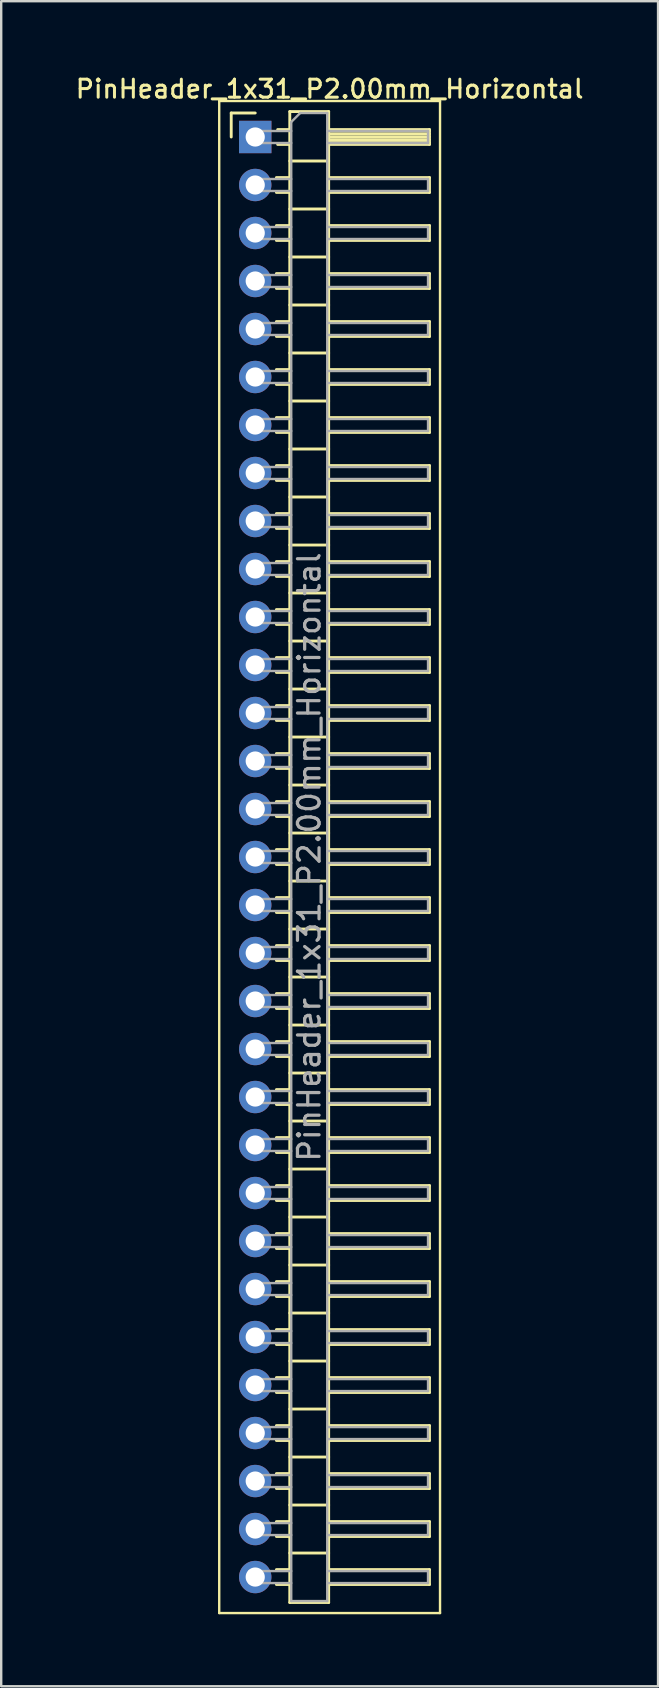
<source format=kicad_pcb>
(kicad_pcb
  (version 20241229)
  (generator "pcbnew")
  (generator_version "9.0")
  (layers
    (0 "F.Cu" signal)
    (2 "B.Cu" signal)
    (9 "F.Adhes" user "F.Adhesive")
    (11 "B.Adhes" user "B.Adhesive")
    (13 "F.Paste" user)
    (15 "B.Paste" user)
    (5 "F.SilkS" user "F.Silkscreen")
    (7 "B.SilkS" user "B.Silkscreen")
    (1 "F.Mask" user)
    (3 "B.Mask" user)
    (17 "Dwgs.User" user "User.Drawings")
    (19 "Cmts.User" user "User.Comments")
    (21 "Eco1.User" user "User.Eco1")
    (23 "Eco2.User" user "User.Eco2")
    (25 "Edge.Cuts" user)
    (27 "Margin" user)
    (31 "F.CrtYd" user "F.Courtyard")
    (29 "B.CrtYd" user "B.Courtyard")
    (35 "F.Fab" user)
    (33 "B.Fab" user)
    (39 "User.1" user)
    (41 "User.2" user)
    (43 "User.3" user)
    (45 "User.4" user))
  (footprint "PinHeader_1x31_P2.00mm_Horizontal"
    (layer "F.Cu")
    (at 7.584 2.658)
    (property "Reference" "PinHeader_1x31_P2.00mm_Horizontal" (at 3.1 -2 0) (layer "F.SilkS") (effects (font (size 0.75 0.75) (thickness 0.125))))
    (attr through_hole)
    (fp_line (start -1.5 -1.5) (end -1.5 61.5) (stroke (width 0.1) (type solid)) (layer "F.SilkS"))
    (fp_line (start -1.5 61.5) (end 7.7 61.5) (stroke (width 0.1) (type solid)) (layer "F.SilkS"))
    (fp_line (start -1 -1) (end 0 -1) (stroke (width 0.12) (type solid)) (layer "F.SilkS"))
    (fp_line (start -1 0) (end -1 -1) (stroke (width 0.12) (type solid)) (layer "F.SilkS"))
    (fp_line (start 0.882 1.69) (end 1.44 1.69) (stroke (width 0.12) (type solid)) (layer "F.SilkS"))
    (fp_line (start 0.882 2.31) (end 1.44 2.31) (stroke (width 0.12) (type solid)) (layer "F.SilkS"))
    (fp_line (start 0.882 3.69) (end 1.44 3.69) (stroke (width 0.12) (type solid)) (layer "F.SilkS"))
    (fp_line (start 0.882 4.31) (end 1.44 4.31) (stroke (width 0.12) (type solid)) (layer "F.SilkS"))
    (fp_line (start 0.882 5.69) (end 1.44 5.69) (stroke (width 0.12) (type solid)) (layer "F.SilkS"))
    (fp_line (start 0.882 6.31) (end 1.44 6.31) (stroke (width 0.12) (type solid)) (layer "F.SilkS"))
    (fp_line (start 0.882 7.69) (end 1.44 7.69) (stroke (width 0.12) (type solid)) (layer "F.SilkS"))
    (fp_line (start 0.882 8.31) (end 1.44 8.31) (stroke (width 0.12) (type solid)) (layer "F.SilkS"))
    (fp_line (start 0.882 9.69) (end 1.44 9.69) (stroke (width 0.12) (type solid)) (layer "F.SilkS"))
    (fp_line (start 0.882 10.31) (end 1.44 10.31) (stroke (width 0.12) (type solid)) (layer "F.SilkS"))
    (fp_line (start 0.882 11.69) (end 1.44 11.69) (stroke (width 0.12) (type solid)) (layer "F.SilkS"))
    (fp_line (start 0.882 12.31) (end 1.44 12.31) (stroke (width 0.12) (type solid)) (layer "F.SilkS"))
    (fp_line (start 0.882 13.69) (end 1.44 13.69) (stroke (width 0.12) (type solid)) (layer "F.SilkS"))
    (fp_line (start 0.882 14.31) (end 1.44 14.31) (stroke (width 0.12) (type solid)) (layer "F.SilkS"))
    (fp_line (start 0.882 15.69) (end 1.44 15.69) (stroke (width 0.12) (type solid)) (layer "F.SilkS"))
    (fp_line (start 0.882 16.31) (end 1.44 16.31) (stroke (width 0.12) (type solid)) (layer "F.SilkS"))
    (fp_line (start 0.882 17.69) (end 1.44 17.69) (stroke (width 0.12) (type solid)) (layer "F.SilkS"))
    (fp_line (start 0.882 18.31) (end 1.44 18.31) (stroke (width 0.12) (type solid)) (layer "F.SilkS"))
    (fp_line (start 0.882 19.69) (end 1.44 19.69) (stroke (width 0.12) (type solid)) (layer "F.SilkS"))
    (fp_line (start 0.882 20.31) (end 1.44 20.31) (stroke (width 0.12) (type solid)) (layer "F.SilkS"))
    (fp_line (start 0.882 21.69) (end 1.44 21.69) (stroke (width 0.12) (type solid)) (layer "F.SilkS"))
    (fp_line (start 0.882 22.31) (end 1.44 22.31) (stroke (width 0.12) (type solid)) (layer "F.SilkS"))
    (fp_line (start 0.882 23.69) (end 1.44 23.69) (stroke (width 0.12) (type solid)) (layer "F.SilkS"))
    (fp_line (start 0.882 24.31) (end 1.44 24.31) (stroke (width 0.12) (type solid)) (layer "F.SilkS"))
    (fp_line (start 0.882 25.69) (end 1.44 25.69) (stroke (width 0.12) (type solid)) (layer "F.SilkS"))
    (fp_line (start 0.882 26.31) (end 1.44 26.31) (stroke (width 0.12) (type solid)) (layer "F.SilkS"))
    (fp_line (start 0.882 27.69) (end 1.44 27.69) (stroke (width 0.12) (type solid)) (layer "F.SilkS"))
    (fp_line (start 0.882 28.31) (end 1.44 28.31) (stroke (width 0.12) (type solid)) (layer "F.SilkS"))
    (fp_line (start 0.882 29.69) (end 1.44 29.69) (stroke (width 0.12) (type solid)) (layer "F.SilkS"))
    (fp_line (start 0.882 30.31) (end 1.44 30.31) (stroke (width 0.12) (type solid)) (layer "F.SilkS"))
    (fp_line (start 0.882 31.69) (end 1.44 31.69) (stroke (width 0.12) (type solid)) (layer "F.SilkS"))
    (fp_line (start 0.882 32.31) (end 1.44 32.31) (stroke (width 0.12) (type solid)) (layer "F.SilkS"))
    (fp_line (start 0.882 33.69) (end 1.44 33.69) (stroke (width 0.12) (type solid)) (layer "F.SilkS"))
    (fp_line (start 0.882 34.31) (end 1.44 34.31) (stroke (width 0.12) (type solid)) (layer "F.SilkS"))
    (fp_line (start 0.882 35.69) (end 1.44 35.69) (stroke (width 0.12) (type solid)) (layer "F.SilkS"))
    (fp_line (start 0.882 36.31) (end 1.44 36.31) (stroke (width 0.12) (type solid)) (layer "F.SilkS"))
    (fp_line (start 0.882 37.69) (end 1.44 37.69) (stroke (width 0.12) (type solid)) (layer "F.SilkS"))
    (fp_line (start 0.882 38.31) (end 1.44 38.31) (stroke (width 0.12) (type solid)) (layer "F.SilkS"))
    (fp_line (start 0.882 39.69) (end 1.44 39.69) (stroke (width 0.12) (type solid)) (layer "F.SilkS"))
    (fp_line (start 0.882 40.31) (end 1.44 40.31) (stroke (width 0.12) (type solid)) (layer "F.SilkS"))
    (fp_line (start 0.882 41.69) (end 1.44 41.69) (stroke (width 0.12) (type solid)) (layer "F.SilkS"))
    (fp_line (start 0.882 42.31) (end 1.44 42.31) (stroke (width 0.12) (type solid)) (layer "F.SilkS"))
    (fp_line (start 0.882 43.69) (end 1.44 43.69) (stroke (width 0.12) (type solid)) (layer "F.SilkS"))
    (fp_line (start 0.882 44.31) (end 1.44 44.31) (stroke (width 0.12) (type solid)) (layer "F.SilkS"))
    (fp_line (start 0.882 45.69) (end 1.44 45.69) (stroke (width 0.12) (type solid)) (layer "F.SilkS"))
    (fp_line (start 0.882 46.31) (end 1.44 46.31) (stroke (width 0.12) (type solid)) (layer "F.SilkS"))
    (fp_line (start 0.882 47.69) (end 1.44 47.69) (stroke (width 0.12) (type solid)) (layer "F.SilkS"))
    (fp_line (start 0.882 48.31) (end 1.44 48.31) (stroke (width 0.12) (type solid)) (layer "F.SilkS"))
    (fp_line (start 0.882 49.69) (end 1.44 49.69) (stroke (width 0.12) (type solid)) (layer "F.SilkS"))
    (fp_line (start 0.882 50.31) (end 1.44 50.31) (stroke (width 0.12) (type solid)) (layer "F.SilkS"))
    (fp_line (start 0.882 51.69) (end 1.44 51.69) (stroke (width 0.12) (type solid)) (layer "F.SilkS"))
    (fp_line (start 0.882 52.31) (end 1.44 52.31) (stroke (width 0.12) (type solid)) (layer "F.SilkS"))
    (fp_line (start 0.882 53.69) (end 1.44 53.69) (stroke (width 0.12) (type solid)) (layer "F.SilkS"))
    (fp_line (start 0.882 54.31) (end 1.44 54.31) (stroke (width 0.12) (type solid)) (layer "F.SilkS"))
    (fp_line (start 0.882 55.69) (end 1.44 55.69) (stroke (width 0.12) (type solid)) (layer "F.SilkS"))
    (fp_line (start 0.882 56.31) (end 1.44 56.31) (stroke (width 0.12) (type solid)) (layer "F.SilkS"))
    (fp_line (start 0.882 57.69) (end 1.44 57.69) (stroke (width 0.12) (type solid)) (layer "F.SilkS"))
    (fp_line (start 0.882 58.31) (end 1.44 58.31) (stroke (width 0.12) (type solid)) (layer "F.SilkS"))
    (fp_line (start 0.882 59.69) (end 1.44 59.69) (stroke (width 0.12) (type solid)) (layer "F.SilkS"))
    (fp_line (start 0.882 60.31) (end 1.44 60.31) (stroke (width 0.12) (type solid)) (layer "F.SilkS"))
    (fp_line (start 0.935 -0.31) (end 1.44 -0.31) (stroke (width 0.12) (type solid)) (layer "F.SilkS"))
    (fp_line (start 0.935 0.31) (end 1.44 0.31) (stroke (width 0.12) (type solid)) (layer "F.SilkS"))
    (fp_line (start 1.44 -1.06) (end 1.44 61.06) (stroke (width 0.12) (type solid)) (layer "F.SilkS"))
    (fp_line (start 1.44 1) (end 3.06 1) (stroke (width 0.12) (type solid)) (layer "F.SilkS"))
    (fp_line (start 1.44 3) (end 3.06 3) (stroke (width 0.12) (type solid)) (layer "F.SilkS"))
    (fp_line (start 1.44 5) (end 3.06 5) (stroke (width 0.12) (type solid)) (layer "F.SilkS"))
    (fp_line (start 1.44 7) (end 3.06 7) (stroke (width 0.12) (type solid)) (layer "F.SilkS"))
    (fp_line (start 1.44 9) (end 3.06 9) (stroke (width 0.12) (type solid)) (layer "F.SilkS"))
    (fp_line (start 1.44 11) (end 3.06 11) (stroke (width 0.12) (type solid)) (layer "F.SilkS"))
    (fp_line (start 1.44 13) (end 3.06 13) (stroke (width 0.12) (type solid)) (layer "F.SilkS"))
    (fp_line (start 1.44 15) (end 3.06 15) (stroke (width 0.12) (type solid)) (layer "F.SilkS"))
    (fp_line (start 1.44 17) (end 3.06 17) (stroke (width 0.12) (type solid)) (layer "F.SilkS"))
    (fp_line (start 1.44 19) (end 3.06 19) (stroke (width 0.12) (type solid)) (layer "F.SilkS"))
    (fp_line (start 1.44 21) (end 3.06 21) (stroke (width 0.12) (type solid)) (layer "F.SilkS"))
    (fp_line (start 1.44 23) (end 3.06 23) (stroke (width 0.12) (type solid)) (layer "F.SilkS"))
    (fp_line (start 1.44 25) (end 3.06 25) (stroke (width 0.12) (type solid)) (layer "F.SilkS"))
    (fp_line (start 1.44 27) (end 3.06 27) (stroke (width 0.12) (type solid)) (layer "F.SilkS"))
    (fp_line (start 1.44 29) (end 3.06 29) (stroke (width 0.12) (type solid)) (layer "F.SilkS"))
    (fp_line (start 1.44 31) (end 3.06 31) (stroke (width 0.12) (type solid)) (layer "F.SilkS"))
    (fp_line (start 1.44 33) (end 3.06 33) (stroke (width 0.12) (type solid)) (layer "F.SilkS"))
    (fp_line (start 1.44 35) (end 3.06 35) (stroke (width 0.12) (type solid)) (layer "F.SilkS"))
    (fp_line (start 1.44 37) (end 3.06 37) (stroke (width 0.12) (type solid)) (layer "F.SilkS"))
    (fp_line (start 1.44 39) (end 3.06 39) (stroke (width 0.12) (type solid)) (layer "F.SilkS"))
    (fp_line (start 1.44 41) (end 3.06 41) (stroke (width 0.12) (type solid)) (layer "F.SilkS"))
    (fp_line (start 1.44 43) (end 3.06 43) (stroke (width 0.12) (type solid)) (layer "F.SilkS"))
    (fp_line (start 1.44 45) (end 3.06 45) (stroke (width 0.12) (type solid)) (layer "F.SilkS"))
    (fp_line (start 1.44 47) (end 3.06 47) (stroke (width 0.12) (type solid)) (layer "F.SilkS"))
    (fp_line (start 1.44 49) (end 3.06 49) (stroke (width 0.12) (type solid)) (layer "F.SilkS"))
    (fp_line (start 1.44 51) (end 3.06 51) (stroke (width 0.12) (type solid)) (layer "F.SilkS"))
    (fp_line (start 1.44 53) (end 3.06 53) (stroke (width 0.12) (type solid)) (layer "F.SilkS"))
    (fp_line (start 1.44 55) (end 3.06 55) (stroke (width 0.12) (type solid)) (layer "F.SilkS"))
    (fp_line (start 1.44 57) (end 3.06 57) (stroke (width 0.12) (type solid)) (layer "F.SilkS"))
    (fp_line (start 1.44 59) (end 3.06 59) (stroke (width 0.12) (type solid)) (layer "F.SilkS"))
    (fp_line (start 1.44 61.06) (end 3.06 61.06) (stroke (width 0.12) (type solid)) (layer "F.SilkS"))
    (fp_line (start 3.06 -1.06) (end 1.44 -1.06) (stroke (width 0.12) (type solid)) (layer "F.SilkS"))
    (fp_line (start 3.06 -0.31) (end 7.26 -0.31) (stroke (width 0.12) (type solid)) (layer "F.SilkS"))
    (fp_line (start 3.06 -0.25) (end 7.26 -0.25) (stroke (width 0.12) (type solid)) (layer "F.SilkS"))
    (fp_line (start 3.06 -0.13) (end 7.26 -0.13) (stroke (width 0.12) (type solid)) (layer "F.SilkS"))
    (fp_line (start 3.06 -0.01) (end 7.26 -0.01) (stroke (width 0.12) (type solid)) (layer "F.SilkS"))
    (fp_line (start 3.06 0.11) (end 7.26 0.11) (stroke (width 0.12) (type solid)) (layer "F.SilkS"))
    (fp_line (start 3.06 0.23) (end 7.26 0.23) (stroke (width 0.12) (type solid)) (layer "F.SilkS"))
    (fp_line (start 3.06 1.69) (end 7.26 1.69) (stroke (width 0.12) (type solid)) (layer "F.SilkS"))
    (fp_line (start 3.06 3.69) (end 7.26 3.69) (stroke (width 0.12) (type solid)) (layer "F.SilkS"))
    (fp_line (start 3.06 5.69) (end 7.26 5.69) (stroke (width 0.12) (type solid)) (layer "F.SilkS"))
    (fp_line (start 3.06 7.69) (end 7.26 7.69) (stroke (width 0.12) (type solid)) (layer "F.SilkS"))
    (fp_line (start 3.06 9.69) (end 7.26 9.69) (stroke (width 0.12) (type solid)) (layer "F.SilkS"))
    (fp_line (start 3.06 11.69) (end 7.26 11.69) (stroke (width 0.12) (type solid)) (layer "F.SilkS"))
    (fp_line (start 3.06 13.69) (end 7.26 13.69) (stroke (width 0.12) (type solid)) (layer "F.SilkS"))
    (fp_line (start 3.06 15.69) (end 7.26 15.69) (stroke (width 0.12) (type solid)) (layer "F.SilkS"))
    (fp_line (start 3.06 17.69) (end 7.26 17.69) (stroke (width 0.12) (type solid)) (layer "F.SilkS"))
    (fp_line (start 3.06 19.69) (end 7.26 19.69) (stroke (width 0.12) (type solid)) (layer "F.SilkS"))
    (fp_line (start 3.06 21.69) (end 7.26 21.69) (stroke (width 0.12) (type solid)) (layer "F.SilkS"))
    (fp_line (start 3.06 23.69) (end 7.26 23.69) (stroke (width 0.12) (type solid)) (layer "F.SilkS"))
    (fp_line (start 3.06 25.69) (end 7.26 25.69) (stroke (width 0.12) (type solid)) (layer "F.SilkS"))
    (fp_line (start 3.06 27.69) (end 7.26 27.69) (stroke (width 0.12) (type solid)) (layer "F.SilkS"))
    (fp_line (start 3.06 29.69) (end 7.26 29.69) (stroke (width 0.12) (type solid)) (layer "F.SilkS"))
    (fp_line (start 3.06 31.69) (end 7.26 31.69) (stroke (width 0.12) (type solid)) (layer "F.SilkS"))
    (fp_line (start 3.06 33.69) (end 7.26 33.69) (stroke (width 0.12) (type solid)) (layer "F.SilkS"))
    (fp_line (start 3.06 35.69) (end 7.26 35.69) (stroke (width 0.12) (type solid)) (layer "F.SilkS"))
    (fp_line (start 3.06 37.69) (end 7.26 37.69) (stroke (width 0.12) (type solid)) (layer "F.SilkS"))
    (fp_line (start 3.06 39.69) (end 7.26 39.69) (stroke (width 0.12) (type solid)) (layer "F.SilkS"))
    (fp_line (start 3.06 41.69) (end 7.26 41.69) (stroke (width 0.12) (type solid)) (layer "F.SilkS"))
    (fp_line (start 3.06 43.69) (end 7.26 43.69) (stroke (width 0.12) (type solid)) (layer "F.SilkS"))
    (fp_line (start 3.06 45.69) (end 7.26 45.69) (stroke (width 0.12) (type solid)) (layer "F.SilkS"))
    (fp_line (start 3.06 47.69) (end 7.26 47.69) (stroke (width 0.12) (type solid)) (layer "F.SilkS"))
    (fp_line (start 3.06 49.69) (end 7.26 49.69) (stroke (width 0.12) (type solid)) (layer "F.SilkS"))
    (fp_line (start 3.06 51.69) (end 7.26 51.69) (stroke (width 0.12) (type solid)) (layer "F.SilkS"))
    (fp_line (start 3.06 53.69) (end 7.26 53.69) (stroke (width 0.12) (type solid)) (layer "F.SilkS"))
    (fp_line (start 3.06 55.69) (end 7.26 55.69) (stroke (width 0.12) (type solid)) (layer "F.SilkS"))
    (fp_line (start 3.06 57.69) (end 7.26 57.69) (stroke (width 0.12) (type solid)) (layer "F.SilkS"))
    (fp_line (start 3.06 59.69) (end 7.26 59.69) (stroke (width 0.12) (type solid)) (layer "F.SilkS"))
    (fp_line (start 3.06 61.06) (end 3.06 -1.06) (stroke (width 0.12) (type solid)) (layer "F.SilkS"))
    (fp_line (start 7.26 -0.31) (end 7.26 0.31) (stroke (width 0.12) (type solid)) (layer "F.SilkS"))
    (fp_line (start 7.26 0.31) (end 3.06 0.31) (stroke (width 0.12) (type solid)) (layer "F.SilkS"))
    (fp_line (start 7.26 1.69) (end 7.26 2.31) (stroke (width 0.12) (type solid)) (layer "F.SilkS"))
    (fp_line (start 7.26 2.31) (end 3.06 2.31) (stroke (width 0.12) (type solid)) (layer "F.SilkS"))
    (fp_line (start 7.26 3.69) (end 7.26 4.31) (stroke (width 0.12) (type solid)) (layer "F.SilkS"))
    (fp_line (start 7.26 4.31) (end 3.06 4.31) (stroke (width 0.12) (type solid)) (layer "F.SilkS"))
    (fp_line (start 7.26 5.69) (end 7.26 6.31) (stroke (width 0.12) (type solid)) (layer "F.SilkS"))
    (fp_line (start 7.26 6.31) (end 3.06 6.31) (stroke (width 0.12) (type solid)) (layer "F.SilkS"))
    (fp_line (start 7.26 7.69) (end 7.26 8.31) (stroke (width 0.12) (type solid)) (layer "F.SilkS"))
    (fp_line (start 7.26 8.31) (end 3.06 8.31) (stroke (width 0.12) (type solid)) (layer "F.SilkS"))
    (fp_line (start 7.26 9.69) (end 7.26 10.31) (stroke (width 0.12) (type solid)) (layer "F.SilkS"))
    (fp_line (start 7.26 10.31) (end 3.06 10.31) (stroke (width 0.12) (type solid)) (layer "F.SilkS"))
    (fp_line (start 7.26 11.69) (end 7.26 12.31) (stroke (width 0.12) (type solid)) (layer "F.SilkS"))
    (fp_line (start 7.26 12.31) (end 3.06 12.31) (stroke (width 0.12) (type solid)) (layer "F.SilkS"))
    (fp_line (start 7.26 13.69) (end 7.26 14.31) (stroke (width 0.12) (type solid)) (layer "F.SilkS"))
    (fp_line (start 7.26 14.31) (end 3.06 14.31) (stroke (width 0.12) (type solid)) (layer "F.SilkS"))
    (fp_line (start 7.26 15.69) (end 7.26 16.31) (stroke (width 0.12) (type solid)) (layer "F.SilkS"))
    (fp_line (start 7.26 16.31) (end 3.06 16.31) (stroke (width 0.12) (type solid)) (layer "F.SilkS"))
    (fp_line (start 7.26 17.69) (end 7.26 18.31) (stroke (width 0.12) (type solid)) (layer "F.SilkS"))
    (fp_line (start 7.26 18.31) (end 3.06 18.31) (stroke (width 0.12) (type solid)) (layer "F.SilkS"))
    (fp_line (start 7.26 19.69) (end 7.26 20.31) (stroke (width 0.12) (type solid)) (layer "F.SilkS"))
    (fp_line (start 7.26 20.31) (end 3.06 20.31) (stroke (width 0.12) (type solid)) (layer "F.SilkS"))
    (fp_line (start 7.26 21.69) (end 7.26 22.31) (stroke (width 0.12) (type solid)) (layer "F.SilkS"))
    (fp_line (start 7.26 22.31) (end 3.06 22.31) (stroke (width 0.12) (type solid)) (layer "F.SilkS"))
    (fp_line (start 7.26 23.69) (end 7.26 24.31) (stroke (width 0.12) (type solid)) (layer "F.SilkS"))
    (fp_line (start 7.26 24.31) (end 3.06 24.31) (stroke (width 0.12) (type solid)) (layer "F.SilkS"))
    (fp_line (start 7.26 25.69) (end 7.26 26.31) (stroke (width 0.12) (type solid)) (layer "F.SilkS"))
    (fp_line (start 7.26 26.31) (end 3.06 26.31) (stroke (width 0.12) (type solid)) (layer "F.SilkS"))
    (fp_line (start 7.26 27.69) (end 7.26 28.31) (stroke (width 0.12) (type solid)) (layer "F.SilkS"))
    (fp_line (start 7.26 28.31) (end 3.06 28.31) (stroke (width 0.12) (type solid)) (layer "F.SilkS"))
    (fp_line (start 7.26 29.69) (end 7.26 30.31) (stroke (width 0.12) (type solid)) (layer "F.SilkS"))
    (fp_line (start 7.26 30.31) (end 3.06 30.31) (stroke (width 0.12) (type solid)) (layer "F.SilkS"))
    (fp_line (start 7.26 31.69) (end 7.26 32.31) (stroke (width 0.12) (type solid)) (layer "F.SilkS"))
    (fp_line (start 7.26 32.31) (end 3.06 32.31) (stroke (width 0.12) (type solid)) (layer "F.SilkS"))
    (fp_line (start 7.26 33.69) (end 7.26 34.31) (stroke (width 0.12) (type solid)) (layer "F.SilkS"))
    (fp_line (start 7.26 34.31) (end 3.06 34.31) (stroke (width 0.12) (type solid)) (layer "F.SilkS"))
    (fp_line (start 7.26 35.69) (end 7.26 36.31) (stroke (width 0.12) (type solid)) (layer "F.SilkS"))
    (fp_line (start 7.26 36.31) (end 3.06 36.31) (stroke (width 0.12) (type solid)) (layer "F.SilkS"))
    (fp_line (start 7.26 37.69) (end 7.26 38.31) (stroke (width 0.12) (type solid)) (layer "F.SilkS"))
    (fp_line (start 7.26 38.31) (end 3.06 38.31) (stroke (width 0.12) (type solid)) (layer "F.SilkS"))
    (fp_line (start 7.26 39.69) (end 7.26 40.31) (stroke (width 0.12) (type solid)) (layer "F.SilkS"))
    (fp_line (start 7.26 40.31) (end 3.06 40.31) (stroke (width 0.12) (type solid)) (layer "F.SilkS"))
    (fp_line (start 7.26 41.69) (end 7.26 42.31) (stroke (width 0.12) (type solid)) (layer "F.SilkS"))
    (fp_line (start 7.26 42.31) (end 3.06 42.31) (stroke (width 0.12) (type solid)) (layer "F.SilkS"))
    (fp_line (start 7.26 43.69) (end 7.26 44.31) (stroke (width 0.12) (type solid)) (layer "F.SilkS"))
    (fp_line (start 7.26 44.31) (end 3.06 44.31) (stroke (width 0.12) (type solid)) (layer "F.SilkS"))
    (fp_line (start 7.26 45.69) (end 7.26 46.31) (stroke (width 0.12) (type solid)) (layer "F.SilkS"))
    (fp_line (start 7.26 46.31) (end 3.06 46.31) (stroke (width 0.12) (type solid)) (layer "F.SilkS"))
    (fp_line (start 7.26 47.69) (end 7.26 48.31) (stroke (width 0.12) (type solid)) (layer "F.SilkS"))
    (fp_line (start 7.26 48.31) (end 3.06 48.31) (stroke (width 0.12) (type solid)) (layer "F.SilkS"))
    (fp_line (start 7.26 49.69) (end 7.26 50.31) (stroke (width 0.12) (type solid)) (layer "F.SilkS"))
    (fp_line (start 7.26 50.31) (end 3.06 50.31) (stroke (width 0.12) (type solid)) (layer "F.SilkS"))
    (fp_line (start 7.26 51.69) (end 7.26 52.31) (stroke (width 0.12) (type solid)) (layer "F.SilkS"))
    (fp_line (start 7.26 52.31) (end 3.06 52.31) (stroke (width 0.12) (type solid)) (layer "F.SilkS"))
    (fp_line (start 7.26 53.69) (end 7.26 54.31) (stroke (width 0.12) (type solid)) (layer "F.SilkS"))
    (fp_line (start 7.26 54.31) (end 3.06 54.31) (stroke (width 0.12) (type solid)) (layer "F.SilkS"))
    (fp_line (start 7.26 55.69) (end 7.26 56.31) (stroke (width 0.12) (type solid)) (layer "F.SilkS"))
    (fp_line (start 7.26 56.31) (end 3.06 56.31) (stroke (width 0.12) (type solid)) (layer "F.SilkS"))
    (fp_line (start 7.26 57.69) (end 7.26 58.31) (stroke (width 0.12) (type solid)) (layer "F.SilkS"))
    (fp_line (start 7.26 58.31) (end 3.06 58.31) (stroke (width 0.12) (type solid)) (layer "F.SilkS"))
    (fp_line (start 7.26 59.69) (end 7.26 60.31) (stroke (width 0.12) (type solid)) (layer "F.SilkS"))
    (fp_line (start 7.26 60.31) (end 3.06 60.31) (stroke (width 0.12) (type solid)) (layer "F.SilkS"))
    (fp_line (start 7.7 -1.5) (end -1.5 -1.5) (stroke (width 0.1) (type solid)) (layer "F.SilkS"))
    (fp_line (start 7.7 61.5) (end 7.7 -1.5) (stroke (width 0.1) (type solid)) (layer "F.SilkS"))
    (fp_line (start -0.25 -0.25) (end -0.25 0.25) (stroke (width 0.1) (type solid)) (layer "F.Fab"))
    (fp_line (start -0.25 -0.25) (end 1.5 -0.25) (stroke (width 0.1) (type solid)) (layer "F.Fab"))
    (fp_line (start -0.25 0.25) (end 1.5 0.25) (stroke (width 0.1) (type solid)) (layer "F.Fab"))
    (fp_line (start -0.25 1.75) (end -0.25 2.25) (stroke (width 0.1) (type solid)) (layer "F.Fab"))
    (fp_line (start -0.25 1.75) (end 1.5 1.75) (stroke (width 0.1) (type solid)) (layer "F.Fab"))
    (fp_line (start -0.25 2.25) (end 1.5 2.25) (stroke (width 0.1) (type solid)) (layer "F.Fab"))
    (fp_line (start -0.25 3.75) (end -0.25 4.25) (stroke (width 0.1) (type solid)) (layer "F.Fab"))
    (fp_line (start -0.25 3.75) (end 1.5 3.75) (stroke (width 0.1) (type solid)) (layer "F.Fab"))
    (fp_line (start -0.25 4.25) (end 1.5 4.25) (stroke (width 0.1) (type solid)) (layer "F.Fab"))
    (fp_line (start -0.25 5.75) (end -0.25 6.25) (stroke (width 0.1) (type solid)) (layer "F.Fab"))
    (fp_line (start -0.25 5.75) (end 1.5 5.75) (stroke (width 0.1) (type solid)) (layer "F.Fab"))
    (fp_line (start -0.25 6.25) (end 1.5 6.25) (stroke (width 0.1) (type solid)) (layer "F.Fab"))
    (fp_line (start -0.25 7.75) (end -0.25 8.25) (stroke (width 0.1) (type solid)) (layer "F.Fab"))
    (fp_line (start -0.25 7.75) (end 1.5 7.75) (stroke (width 0.1) (type solid)) (layer "F.Fab"))
    (fp_line (start -0.25 8.25) (end 1.5 8.25) (stroke (width 0.1) (type solid)) (layer "F.Fab"))
    (fp_line (start -0.25 9.75) (end -0.25 10.25) (stroke (width 0.1) (type solid)) (layer "F.Fab"))
    (fp_line (start -0.25 9.75) (end 1.5 9.75) (stroke (width 0.1) (type solid)) (layer "F.Fab"))
    (fp_line (start -0.25 10.25) (end 1.5 10.25) (stroke (width 0.1) (type solid)) (layer "F.Fab"))
    (fp_line (start -0.25 11.75) (end -0.25 12.25) (stroke (width 0.1) (type solid)) (layer "F.Fab"))
    (fp_line (start -0.25 11.75) (end 1.5 11.75) (stroke (width 0.1) (type solid)) (layer "F.Fab"))
    (fp_line (start -0.25 12.25) (end 1.5 12.25) (stroke (width 0.1) (type solid)) (layer "F.Fab"))
    (fp_line (start -0.25 13.75) (end -0.25 14.25) (stroke (width 0.1) (type solid)) (layer "F.Fab"))
    (fp_line (start -0.25 13.75) (end 1.5 13.75) (stroke (width 0.1) (type solid)) (layer "F.Fab"))
    (fp_line (start -0.25 14.25) (end 1.5 14.25) (stroke (width 0.1) (type solid)) (layer "F.Fab"))
    (fp_line (start -0.25 15.75) (end -0.25 16.25) (stroke (width 0.1) (type solid)) (layer "F.Fab"))
    (fp_line (start -0.25 15.75) (end 1.5 15.75) (stroke (width 0.1) (type solid)) (layer "F.Fab"))
    (fp_line (start -0.25 16.25) (end 1.5 16.25) (stroke (width 0.1) (type solid)) (layer "F.Fab"))
    (fp_line (start -0.25 17.75) (end -0.25 18.25) (stroke (width 0.1) (type solid)) (layer "F.Fab"))
    (fp_line (start -0.25 17.75) (end 1.5 17.75) (stroke (width 0.1) (type solid)) (layer "F.Fab"))
    (fp_line (start -0.25 18.25) (end 1.5 18.25) (stroke (width 0.1) (type solid)) (layer "F.Fab"))
    (fp_line (start -0.25 19.75) (end -0.25 20.25) (stroke (width 0.1) (type solid)) (layer "F.Fab"))
    (fp_line (start -0.25 19.75) (end 1.5 19.75) (stroke (width 0.1) (type solid)) (layer "F.Fab"))
    (fp_line (start -0.25 20.25) (end 1.5 20.25) (stroke (width 0.1) (type solid)) (layer "F.Fab"))
    (fp_line (start -0.25 21.75) (end -0.25 22.25) (stroke (width 0.1) (type solid)) (layer "F.Fab"))
    (fp_line (start -0.25 21.75) (end 1.5 21.75) (stroke (width 0.1) (type solid)) (layer "F.Fab"))
    (fp_line (start -0.25 22.25) (end 1.5 22.25) (stroke (width 0.1) (type solid)) (layer "F.Fab"))
    (fp_line (start -0.25 23.75) (end -0.25 24.25) (stroke (width 0.1) (type solid)) (layer "F.Fab"))
    (fp_line (start -0.25 23.75) (end 1.5 23.75) (stroke (width 0.1) (type solid)) (layer "F.Fab"))
    (fp_line (start -0.25 24.25) (end 1.5 24.25) (stroke (width 0.1) (type solid)) (layer "F.Fab"))
    (fp_line (start -0.25 25.75) (end -0.25 26.25) (stroke (width 0.1) (type solid)) (layer "F.Fab"))
    (fp_line (start -0.25 25.75) (end 1.5 25.75) (stroke (width 0.1) (type solid)) (layer "F.Fab"))
    (fp_line (start -0.25 26.25) (end 1.5 26.25) (stroke (width 0.1) (type solid)) (layer "F.Fab"))
    (fp_line (start -0.25 27.75) (end -0.25 28.25) (stroke (width 0.1) (type solid)) (layer "F.Fab"))
    (fp_line (start -0.25 27.75) (end 1.5 27.75) (stroke (width 0.1) (type solid)) (layer "F.Fab"))
    (fp_line (start -0.25 28.25) (end 1.5 28.25) (stroke (width 0.1) (type solid)) (layer "F.Fab"))
    (fp_line (start -0.25 29.75) (end -0.25 30.25) (stroke (width 0.1) (type solid)) (layer "F.Fab"))
    (fp_line (start -0.25 29.75) (end 1.5 29.75) (stroke (width 0.1) (type solid)) (layer "F.Fab"))
    (fp_line (start -0.25 30.25) (end 1.5 30.25) (stroke (width 0.1) (type solid)) (layer "F.Fab"))
    (fp_line (start -0.25 31.75) (end -0.25 32.25) (stroke (width 0.1) (type solid)) (layer "F.Fab"))
    (fp_line (start -0.25 31.75) (end 1.5 31.75) (stroke (width 0.1) (type solid)) (layer "F.Fab"))
    (fp_line (start -0.25 32.25) (end 1.5 32.25) (stroke (width 0.1) (type solid)) (layer "F.Fab"))
    (fp_line (start -0.25 33.75) (end -0.25 34.25) (stroke (width 0.1) (type solid)) (layer "F.Fab"))
    (fp_line (start -0.25 33.75) (end 1.5 33.75) (stroke (width 0.1) (type solid)) (layer "F.Fab"))
    (fp_line (start -0.25 34.25) (end 1.5 34.25) (stroke (width 0.1) (type solid)) (layer "F.Fab"))
    (fp_line (start -0.25 35.75) (end -0.25 36.25) (stroke (width 0.1) (type solid)) (layer "F.Fab"))
    (fp_line (start -0.25 35.75) (end 1.5 35.75) (stroke (width 0.1) (type solid)) (layer "F.Fab"))
    (fp_line (start -0.25 36.25) (end 1.5 36.25) (stroke (width 0.1) (type solid)) (layer "F.Fab"))
    (fp_line (start -0.25 37.75) (end -0.25 38.25) (stroke (width 0.1) (type solid)) (layer "F.Fab"))
    (fp_line (start -0.25 37.75) (end 1.5 37.75) (stroke (width 0.1) (type solid)) (layer "F.Fab"))
    (fp_line (start -0.25 38.25) (end 1.5 38.25) (stroke (width 0.1) (type solid)) (layer "F.Fab"))
    (fp_line (start -0.25 39.75) (end -0.25 40.25) (stroke (width 0.1) (type solid)) (layer "F.Fab"))
    (fp_line (start -0.25 39.75) (end 1.5 39.75) (stroke (width 0.1) (type solid)) (layer "F.Fab"))
    (fp_line (start -0.25 40.25) (end 1.5 40.25) (stroke (width 0.1) (type solid)) (layer "F.Fab"))
    (fp_line (start -0.25 41.75) (end -0.25 42.25) (stroke (width 0.1) (type solid)) (layer "F.Fab"))
    (fp_line (start -0.25 41.75) (end 1.5 41.75) (stroke (width 0.1) (type solid)) (layer "F.Fab"))
    (fp_line (start -0.25 42.25) (end 1.5 42.25) (stroke (width 0.1) (type solid)) (layer "F.Fab"))
    (fp_line (start -0.25 43.75) (end -0.25 44.25) (stroke (width 0.1) (type solid)) (layer "F.Fab"))
    (fp_line (start -0.25 43.75) (end 1.5 43.75) (stroke (width 0.1) (type solid)) (layer "F.Fab"))
    (fp_line (start -0.25 44.25) (end 1.5 44.25) (stroke (width 0.1) (type solid)) (layer "F.Fab"))
    (fp_line (start -0.25 45.75) (end -0.25 46.25) (stroke (width 0.1) (type solid)) (layer "F.Fab"))
    (fp_line (start -0.25 45.75) (end 1.5 45.75) (stroke (width 0.1) (type solid)) (layer "F.Fab"))
    (fp_line (start -0.25 46.25) (end 1.5 46.25) (stroke (width 0.1) (type solid)) (layer "F.Fab"))
    (fp_line (start -0.25 47.75) (end -0.25 48.25) (stroke (width 0.1) (type solid)) (layer "F.Fab"))
    (fp_line (start -0.25 47.75) (end 1.5 47.75) (stroke (width 0.1) (type solid)) (layer "F.Fab"))
    (fp_line (start -0.25 48.25) (end 1.5 48.25) (stroke (width 0.1) (type solid)) (layer "F.Fab"))
    (fp_line (start -0.25 49.75) (end -0.25 50.25) (stroke (width 0.1) (type solid)) (layer "F.Fab"))
    (fp_line (start -0.25 49.75) (end 1.5 49.75) (stroke (width 0.1) (type solid)) (layer "F.Fab"))
    (fp_line (start -0.25 50.25) (end 1.5 50.25) (stroke (width 0.1) (type solid)) (layer "F.Fab"))
    (fp_line (start -0.25 51.75) (end -0.25 52.25) (stroke (width 0.1) (type solid)) (layer "F.Fab"))
    (fp_line (start -0.25 51.75) (end 1.5 51.75) (stroke (width 0.1) (type solid)) (layer "F.Fab"))
    (fp_line (start -0.25 52.25) (end 1.5 52.25) (stroke (width 0.1) (type solid)) (layer "F.Fab"))
    (fp_line (start -0.25 53.75) (end -0.25 54.25) (stroke (width 0.1) (type solid)) (layer "F.Fab"))
    (fp_line (start -0.25 53.75) (end 1.5 53.75) (stroke (width 0.1) (type solid)) (layer "F.Fab"))
    (fp_line (start -0.25 54.25) (end 1.5 54.25) (stroke (width 0.1) (type solid)) (layer "F.Fab"))
    (fp_line (start -0.25 55.75) (end -0.25 56.25) (stroke (width 0.1) (type solid)) (layer "F.Fab"))
    (fp_line (start -0.25 55.75) (end 1.5 55.75) (stroke (width 0.1) (type solid)) (layer "F.Fab"))
    (fp_line (start -0.25 56.25) (end 1.5 56.25) (stroke (width 0.1) (type solid)) (layer "F.Fab"))
    (fp_line (start -0.25 57.75) (end -0.25 58.25) (stroke (width 0.1) (type solid)) (layer "F.Fab"))
    (fp_line (start -0.25 57.75) (end 1.5 57.75) (stroke (width 0.1) (type solid)) (layer "F.Fab"))
    (fp_line (start -0.25 58.25) (end 1.5 58.25) (stroke (width 0.1) (type solid)) (layer "F.Fab"))
    (fp_line (start -0.25 59.75) (end -0.25 60.25) (stroke (width 0.1) (type solid)) (layer "F.Fab"))
    (fp_line (start -0.25 59.75) (end 1.5 59.75) (stroke (width 0.1) (type solid)) (layer "F.Fab"))
    (fp_line (start -0.25 60.25) (end 1.5 60.25) (stroke (width 0.1) (type solid)) (layer "F.Fab"))
    (fp_line (start 1.5 -0.625) (end 1.875 -1) (stroke (width 0.1) (type solid)) (layer "F.Fab"))
    (fp_line (start 1.5 61) (end 1.5 -0.625) (stroke (width 0.1) (type solid)) (layer "F.Fab"))
    (fp_line (start 1.875 -1) (end 3 -1) (stroke (width 0.1) (type solid)) (layer "F.Fab"))
    (fp_line (start 3 -1) (end 3 61) (stroke (width 0.1) (type solid)) (layer "F.Fab"))
    (fp_line (start 3 -0.25) (end 7.2 -0.25) (stroke (width 0.1) (type solid)) (layer "F.Fab"))
    (fp_line (start 3 0.25) (end 7.2 0.25) (stroke (width 0.1) (type solid)) (layer "F.Fab"))
    (fp_line (start 3 1.75) (end 7.2 1.75) (stroke (width 0.1) (type solid)) (layer "F.Fab"))
    (fp_line (start 3 2.25) (end 7.2 2.25) (stroke (width 0.1) (type solid)) (layer "F.Fab"))
    (fp_line (start 3 3.75) (end 7.2 3.75) (stroke (width 0.1) (type solid)) (layer "F.Fab"))
    (fp_line (start 3 4.25) (end 7.2 4.25) (stroke (width 0.1) (type solid)) (layer "F.Fab"))
    (fp_line (start 3 5.75) (end 7.2 5.75) (stroke (width 0.1) (type solid)) (layer "F.Fab"))
    (fp_line (start 3 6.25) (end 7.2 6.25) (stroke (width 0.1) (type solid)) (layer "F.Fab"))
    (fp_line (start 3 7.75) (end 7.2 7.75) (stroke (width 0.1) (type solid)) (layer "F.Fab"))
    (fp_line (start 3 8.25) (end 7.2 8.25) (stroke (width 0.1) (type solid)) (layer "F.Fab"))
    (fp_line (start 3 9.75) (end 7.2 9.75) (stroke (width 0.1) (type solid)) (layer "F.Fab"))
    (fp_line (start 3 10.25) (end 7.2 10.25) (stroke (width 0.1) (type solid)) (layer "F.Fab"))
    (fp_line (start 3 11.75) (end 7.2 11.75) (stroke (width 0.1) (type solid)) (layer "F.Fab"))
    (fp_line (start 3 12.25) (end 7.2 12.25) (stroke (width 0.1) (type solid)) (layer "F.Fab"))
    (fp_line (start 3 13.75) (end 7.2 13.75) (stroke (width 0.1) (type solid)) (layer "F.Fab"))
    (fp_line (start 3 14.25) (end 7.2 14.25) (stroke (width 0.1) (type solid)) (layer "F.Fab"))
    (fp_line (start 3 15.75) (end 7.2 15.75) (stroke (width 0.1) (type solid)) (layer "F.Fab"))
    (fp_line (start 3 16.25) (end 7.2 16.25) (stroke (width 0.1) (type solid)) (layer "F.Fab"))
    (fp_line (start 3 17.75) (end 7.2 17.75) (stroke (width 0.1) (type solid)) (layer "F.Fab"))
    (fp_line (start 3 18.25) (end 7.2 18.25) (stroke (width 0.1) (type solid)) (layer "F.Fab"))
    (fp_line (start 3 19.75) (end 7.2 19.75) (stroke (width 0.1) (type solid)) (layer "F.Fab"))
    (fp_line (start 3 20.25) (end 7.2 20.25) (stroke (width 0.1) (type solid)) (layer "F.Fab"))
    (fp_line (start 3 21.75) (end 7.2 21.75) (stroke (width 0.1) (type solid)) (layer "F.Fab"))
    (fp_line (start 3 22.25) (end 7.2 22.25) (stroke (width 0.1) (type solid)) (layer "F.Fab"))
    (fp_line (start 3 23.75) (end 7.2 23.75) (stroke (width 0.1) (type solid)) (layer "F.Fab"))
    (fp_line (start 3 24.25) (end 7.2 24.25) (stroke (width 0.1) (type solid)) (layer "F.Fab"))
    (fp_line (start 3 25.75) (end 7.2 25.75) (stroke (width 0.1) (type solid)) (layer "F.Fab"))
    (fp_line (start 3 26.25) (end 7.2 26.25) (stroke (width 0.1) (type solid)) (layer "F.Fab"))
    (fp_line (start 3 27.75) (end 7.2 27.75) (stroke (width 0.1) (type solid)) (layer "F.Fab"))
    (fp_line (start 3 28.25) (end 7.2 28.25) (stroke (width 0.1) (type solid)) (layer "F.Fab"))
    (fp_line (start 3 29.75) (end 7.2 29.75) (stroke (width 0.1) (type solid)) (layer "F.Fab"))
    (fp_line (start 3 30.25) (end 7.2 30.25) (stroke (width 0.1) (type solid)) (layer "F.Fab"))
    (fp_line (start 3 31.75) (end 7.2 31.75) (stroke (width 0.1) (type solid)) (layer "F.Fab"))
    (fp_line (start 3 32.25) (end 7.2 32.25) (stroke (width 0.1) (type solid)) (layer "F.Fab"))
    (fp_line (start 3 33.75) (end 7.2 33.75) (stroke (width 0.1) (type solid)) (layer "F.Fab"))
    (fp_line (start 3 34.25) (end 7.2 34.25) (stroke (width 0.1) (type solid)) (layer "F.Fab"))
    (fp_line (start 3 35.75) (end 7.2 35.75) (stroke (width 0.1) (type solid)) (layer "F.Fab"))
    (fp_line (start 3 36.25) (end 7.2 36.25) (stroke (width 0.1) (type solid)) (layer "F.Fab"))
    (fp_line (start 3 37.75) (end 7.2 37.75) (stroke (width 0.1) (type solid)) (layer "F.Fab"))
    (fp_line (start 3 38.25) (end 7.2 38.25) (stroke (width 0.1) (type solid)) (layer "F.Fab"))
    (fp_line (start 3 39.75) (end 7.2 39.75) (stroke (width 0.1) (type solid)) (layer "F.Fab"))
    (fp_line (start 3 40.25) (end 7.2 40.25) (stroke (width 0.1) (type solid)) (layer "F.Fab"))
    (fp_line (start 3 41.75) (end 7.2 41.75) (stroke (width 0.1) (type solid)) (layer "F.Fab"))
    (fp_line (start 3 42.25) (end 7.2 42.25) (stroke (width 0.1) (type solid)) (layer "F.Fab"))
    (fp_line (start 3 43.75) (end 7.2 43.75) (stroke (width 0.1) (type solid)) (layer "F.Fab"))
    (fp_line (start 3 44.25) (end 7.2 44.25) (stroke (width 0.1) (type solid)) (layer "F.Fab"))
    (fp_line (start 3 45.75) (end 7.2 45.75) (stroke (width 0.1) (type solid)) (layer "F.Fab"))
    (fp_line (start 3 46.25) (end 7.2 46.25) (stroke (width 0.1) (type solid)) (layer "F.Fab"))
    (fp_line (start 3 47.75) (end 7.2 47.75) (stroke (width 0.1) (type solid)) (layer "F.Fab"))
    (fp_line (start 3 48.25) (end 7.2 48.25) (stroke (width 0.1) (type solid)) (layer "F.Fab"))
    (fp_line (start 3 49.75) (end 7.2 49.75) (stroke (width 0.1) (type solid)) (layer "F.Fab"))
    (fp_line (start 3 50.25) (end 7.2 50.25) (stroke (width 0.1) (type solid)) (layer "F.Fab"))
    (fp_line (start 3 51.75) (end 7.2 51.75) (stroke (width 0.1) (type solid)) (layer "F.Fab"))
    (fp_line (start 3 52.25) (end 7.2 52.25) (stroke (width 0.1) (type solid)) (layer "F.Fab"))
    (fp_line (start 3 53.75) (end 7.2 53.75) (stroke (width 0.1) (type solid)) (layer "F.Fab"))
    (fp_line (start 3 54.25) (end 7.2 54.25) (stroke (width 0.1) (type solid)) (layer "F.Fab"))
    (fp_line (start 3 55.75) (end 7.2 55.75) (stroke (width 0.1) (type solid)) (layer "F.Fab"))
    (fp_line (start 3 56.25) (end 7.2 56.25) (stroke (width 0.1) (type solid)) (layer "F.Fab"))
    (fp_line (start 3 57.75) (end 7.2 57.75) (stroke (width 0.1) (type solid)) (layer "F.Fab"))
    (fp_line (start 3 58.25) (end 7.2 58.25) (stroke (width 0.1) (type solid)) (layer "F.Fab"))
    (fp_line (start 3 59.75) (end 7.2 59.75) (stroke (width 0.1) (type solid)) (layer "F.Fab"))
    (fp_line (start 3 60.25) (end 7.2 60.25) (stroke (width 0.1) (type solid)) (layer "F.Fab"))
    (fp_line (start 3 61) (end 1.5 61) (stroke (width 0.1) (type solid)) (layer "F.Fab"))
    (fp_line (start 7.2 -0.25) (end 7.2 0.25) (stroke (width 0.1) (type solid)) (layer "F.Fab"))
    (fp_line (start 7.2 1.75) (end 7.2 2.25) (stroke (width 0.1) (type solid)) (layer "F.Fab"))
    (fp_line (start 7.2 3.75) (end 7.2 4.25) (stroke (width 0.1) (type solid)) (layer "F.Fab"))
    (fp_line (start 7.2 5.75) (end 7.2 6.25) (stroke (width 0.1) (type solid)) (layer "F.Fab"))
    (fp_line (start 7.2 7.75) (end 7.2 8.25) (stroke (width 0.1) (type solid)) (layer "F.Fab"))
    (fp_line (start 7.2 9.75) (end 7.2 10.25) (stroke (width 0.1) (type solid)) (layer "F.Fab"))
    (fp_line (start 7.2 11.75) (end 7.2 12.25) (stroke (width 0.1) (type solid)) (layer "F.Fab"))
    (fp_line (start 7.2 13.75) (end 7.2 14.25) (stroke (width 0.1) (type solid)) (layer "F.Fab"))
    (fp_line (start 7.2 15.75) (end 7.2 16.25) (stroke (width 0.1) (type solid)) (layer "F.Fab"))
    (fp_line (start 7.2 17.75) (end 7.2 18.25) (stroke (width 0.1) (type solid)) (layer "F.Fab"))
    (fp_line (start 7.2 19.75) (end 7.2 20.25) (stroke (width 0.1) (type solid)) (layer "F.Fab"))
    (fp_line (start 7.2 21.75) (end 7.2 22.25) (stroke (width 0.1) (type solid)) (layer "F.Fab"))
    (fp_line (start 7.2 23.75) (end 7.2 24.25) (stroke (width 0.1) (type solid)) (layer "F.Fab"))
    (fp_line (start 7.2 25.75) (end 7.2 26.25) (stroke (width 0.1) (type solid)) (layer "F.Fab"))
    (fp_line (start 7.2 27.75) (end 7.2 28.25) (stroke (width 0.1) (type solid)) (layer "F.Fab"))
    (fp_line (start 7.2 29.75) (end 7.2 30.25) (stroke (width 0.1) (type solid)) (layer "F.Fab"))
    (fp_line (start 7.2 31.75) (end 7.2 32.25) (stroke (width 0.1) (type solid)) (layer "F.Fab"))
    (fp_line (start 7.2 33.75) (end 7.2 34.25) (stroke (width 0.1) (type solid)) (layer "F.Fab"))
    (fp_line (start 7.2 35.75) (end 7.2 36.25) (stroke (width 0.1) (type solid)) (layer "F.Fab"))
    (fp_line (start 7.2 37.75) (end 7.2 38.25) (stroke (width 0.1) (type solid)) (layer "F.Fab"))
    (fp_line (start 7.2 39.75) (end 7.2 40.25) (stroke (width 0.1) (type solid)) (layer "F.Fab"))
    (fp_line (start 7.2 41.75) (end 7.2 42.25) (stroke (width 0.1) (type solid)) (layer "F.Fab"))
    (fp_line (start 7.2 43.75) (end 7.2 44.25) (stroke (width 0.1) (type solid)) (layer "F.Fab"))
    (fp_line (start 7.2 45.75) (end 7.2 46.25) (stroke (width 0.1) (type solid)) (layer "F.Fab"))
    (fp_line (start 7.2 47.75) (end 7.2 48.25) (stroke (width 0.1) (type solid)) (layer "F.Fab"))
    (fp_line (start 7.2 49.75) (end 7.2 50.25) (stroke (width 0.1) (type solid)) (layer "F.Fab"))
    (fp_line (start 7.2 51.75) (end 7.2 52.25) (stroke (width 0.1) (type solid)) (layer "F.Fab"))
    (fp_line (start 7.2 53.75) (end 7.2 54.25) (stroke (width 0.1) (type solid)) (layer "F.Fab"))
    (fp_line (start 7.2 55.75) (end 7.2 56.25) (stroke (width 0.1) (type solid)) (layer "F.Fab"))
    (fp_line (start 7.2 57.75) (end 7.2 58.25) (stroke (width 0.1) (type solid)) (layer "F.Fab"))
    (fp_line (start 7.2 59.75) (end 7.2 60.25) (stroke (width 0.1) (type solid)) (layer "F.Fab"))
    (fp_text user "${REFERENCE}" (at 2.25 30 90) (layer "F.Fab") (effects (font (size 0.9 0.9) (thickness 0.135))))
    (pad "1" thru_hole rect (at 0 0) (size 1.35 1.35) (drill 0.8) (layers "*.Cu" "*.Mask"))
    (pad "2" thru_hole oval (at 0 2) (size 1.35 1.35) (drill 0.8) (layers "*.Cu" "*.Mask"))
    (pad "3" thru_hole oval (at 0 4) (size 1.35 1.35) (drill 0.8) (layers "*.Cu" "*.Mask"))
    (pad "4" thru_hole oval (at 0 6) (size 1.35 1.35) (drill 0.8) (layers "*.Cu" "*.Mask"))
    (pad "5" thru_hole oval (at 0 8) (size 1.35 1.35) (drill 0.8) (layers "*.Cu" "*.Mask"))
    (pad "6" thru_hole oval (at 0 10) (size 1.35 1.35) (drill 0.8) (layers "*.Cu" "*.Mask"))
    (pad "7" thru_hole oval (at 0 12) (size 1.35 1.35) (drill 0.8) (layers "*.Cu" "*.Mask"))
    (pad "8" thru_hole oval (at 0 14) (size 1.35 1.35) (drill 0.8) (layers "*.Cu" "*.Mask"))
    (pad "9" thru_hole oval (at 0 16) (size 1.35 1.35) (drill 0.8) (layers "*.Cu" "*.Mask"))
    (pad "10" thru_hole oval (at 0 18) (size 1.35 1.35) (drill 0.8) (layers "*.Cu" "*.Mask"))
    (pad "11" thru_hole oval (at 0 20) (size 1.35 1.35) (drill 0.8) (layers "*.Cu" "*.Mask"))
    (pad "12" thru_hole oval (at 0 22) (size 1.35 1.35) (drill 0.8) (layers "*.Cu" "*.Mask"))
    (pad "13" thru_hole oval (at 0 24) (size 1.35 1.35) (drill 0.8) (layers "*.Cu" "*.Mask"))
    (pad "14" thru_hole oval (at 0 26) (size 1.35 1.35) (drill 0.8) (layers "*.Cu" "*.Mask"))
    (pad "15" thru_hole oval (at 0 28) (size 1.35 1.35) (drill 0.8) (layers "*.Cu" "*.Mask"))
    (pad "16" thru_hole oval (at 0 30) (size 1.35 1.35) (drill 0.8) (layers "*.Cu" "*.Mask"))
    (pad "17" thru_hole oval (at 0 32) (size 1.35 1.35) (drill 0.8) (layers "*.Cu" "*.Mask"))
    (pad "18" thru_hole oval (at 0 34) (size 1.35 1.35) (drill 0.8) (layers "*.Cu" "*.Mask"))
    (pad "19" thru_hole oval (at 0 36) (size 1.35 1.35) (drill 0.8) (layers "*.Cu" "*.Mask"))
    (pad "20" thru_hole oval (at 0 38) (size 1.35 1.35) (drill 0.8) (layers "*.Cu" "*.Mask"))
    (pad "21" thru_hole oval (at 0 40) (size 1.35 1.35) (drill 0.8) (layers "*.Cu" "*.Mask"))
    (pad "22" thru_hole oval (at 0 42) (size 1.35 1.35) (drill 0.8) (layers "*.Cu" "*.Mask"))
    (pad "23" thru_hole oval (at 0 44) (size 1.35 1.35) (drill 0.8) (layers "*.Cu" "*.Mask"))
    (pad "24" thru_hole oval (at 0 46) (size 1.35 1.35) (drill 0.8) (layers "*.Cu" "*.Mask"))
    (pad "25" thru_hole oval (at 0 48) (size 1.35 1.35) (drill 0.8) (layers "*.Cu" "*.Mask"))
    (pad "26" thru_hole oval (at 0 50) (size 1.35 1.35) (drill 0.8) (layers "*.Cu" "*.Mask"))
    (pad "27" thru_hole oval (at 0 52) (size 1.35 1.35) (drill 0.8) (layers "*.Cu" "*.Mask"))
    (pad "28" thru_hole oval (at 0 54) (size 1.35 1.35) (drill 0.8) (layers "*.Cu" "*.Mask"))
    (pad "29" thru_hole oval (at 0 56) (size 1.35 1.35) (drill 0.8) (layers "*.Cu" "*.Mask"))
    (pad "30" thru_hole oval (at 0 58) (size 1.35 1.35) (drill 0.8) (layers "*.Cu" "*.Mask"))
    (pad "31" thru_hole oval (at 0 60) (size 1.35 1.35) (drill 0.8) (layers "*.Cu" "*.Mask")))
  (gr_rect
    (start -3 -3)
    (end 24.368 67.208)
    (stroke (width 0.1) (type default))
    (fill no)
    (layer "Edge.Cuts")))
</source>
